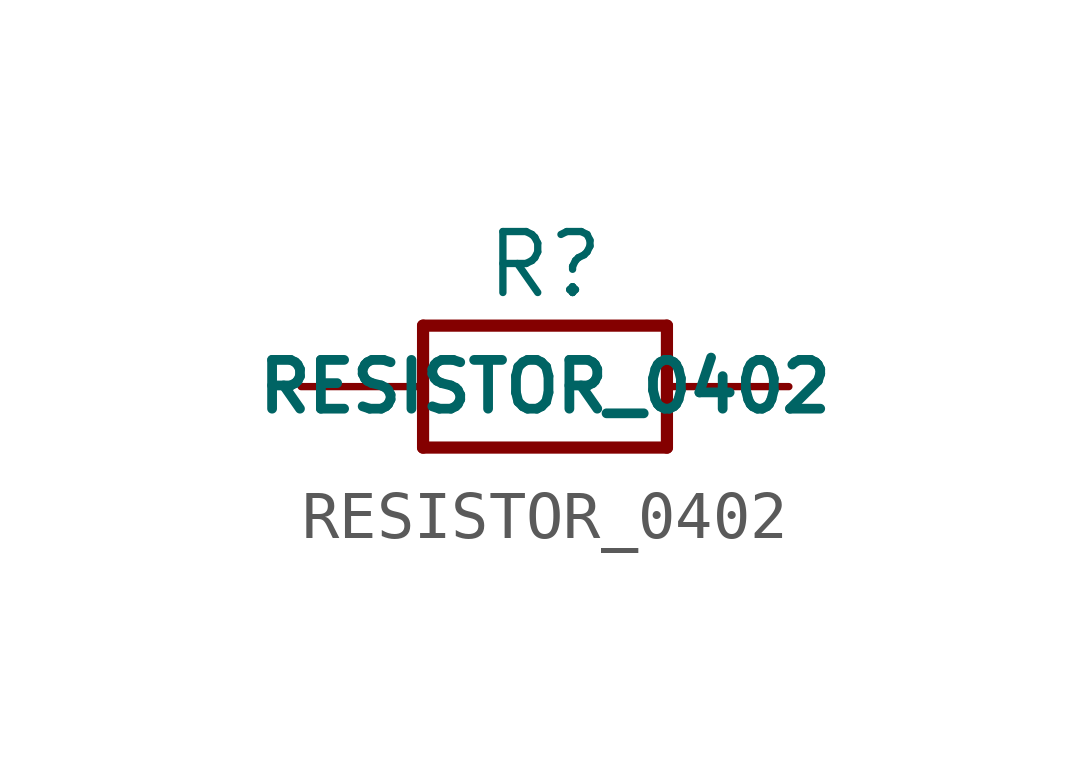
<source format=kicad_sym>
(kicad_symbol_lib
  (version 20201005)
  (generator kicad_symbol_editor)
  (symbol "RESISTOR_0402"
    (property "Reference" "R"
      (at 0 2.54 0)
      (effects (font (size 1.27 1.27))))
    (property "Value" "RESISTOR_0402"
      (at 0 0 0)
      (effects (font (size 1.016 1.016) bold)))
    (property "ki_locked" ""
      (at 0 0 0)
      (effects (font (size 1.27 1.27))))
    (symbol "RESISTOR_0402_1_0"
      (polyline (pts (xy -2.54 -1.27) (xy -2.54 1.27)) (stroke (width 0.254)) (fill (type none)))
      (polyline (pts (xy -2.54 1.27) (xy 2.54 1.27)) (stroke (width 0.254)) (fill (type none)))
      (polyline (pts (xy 2.54 -1.27) (xy -2.54 -1.27)) (stroke (width 0.254)) (fill (type none)))
      (polyline (pts (xy 2.54 1.27) (xy 2.54 -1.27)) (stroke (width 0.254)) (fill (type none)))
      (pin passive line (at -5.08 0 0) (length 2.54) (name "1" (effects (font (size 0 0)))) (number "1" (effects (font (size 0 0)))))
      (pin passive line (at 5.08 0 180) (length 2.54) (name "2" (effects (font (size 0 0)))) (number "2" (effects (font (size 0 0))))))))
</source>
